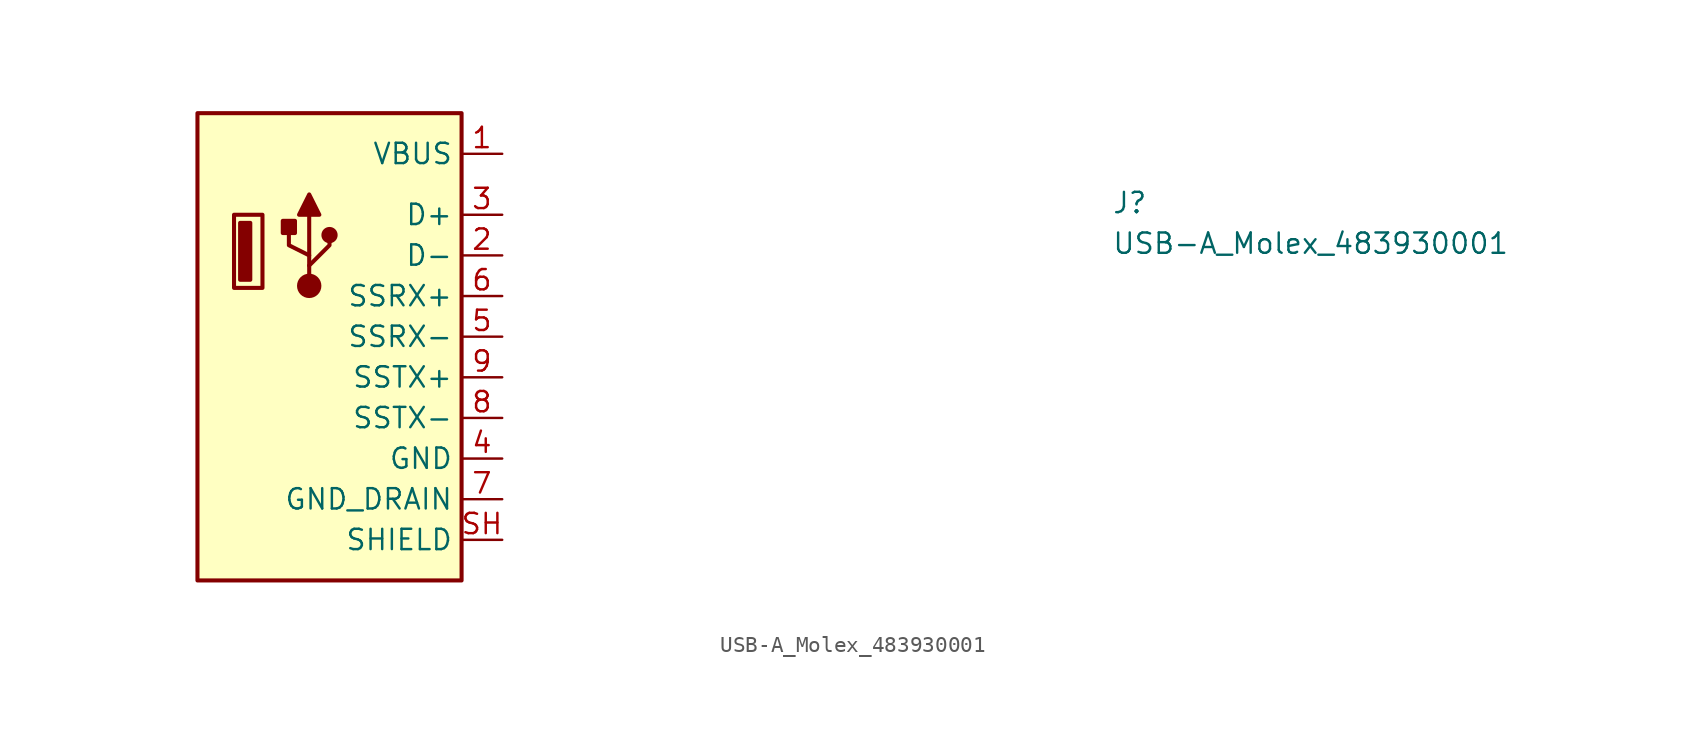
<source format=kicad_sym>
(kicad_symbol_lib
  (version 20220914)
  (generator kicad_symbol_editor)
  (symbol "USB-A_Molex_483930001"
    (property "Reference" "J"
      (at 38.1 -3.81 0)
      (effects (font (size 1.27 1.27) (thickness 0.15)) (justify left bottom)))
    (property "Value" "USB-A_Molex_483930001"
      (at 38.1 -6.35 0)
      (effects (font (size 1.27 1.27) (thickness 0.15)) (justify left bottom)))
    (symbol "USB-A_Molex_483930001_1_1"
      (rectangle (start -19.05 -26.67) (end -2.54 2.54) (stroke (width 0.254) (type default)) (fill (type background)))
      (rectangle (start -16.764 -8.382) (end -14.986 -3.81) (stroke (width 0.254) (type default)) (fill (type background)))
      (rectangle (start -16.383 -7.874) (end -15.748 -4.318) (stroke (width 0.254) (type default)) (fill (type outline)))
      (rectangle (start -13.716 -4.953) (end -12.954 -4.191) (stroke (width 0.254) (type default)) (fill (type outline)))
      (circle (center -12.065 -8.255) (radius 0.635) (stroke (width 0.254) (type default)) (fill (type outline)))
      (circle (center -10.795 -5.08) (radius 0.381) (stroke (width 0.254) (type default)) (fill (type outline)))
      (polyline (pts (xy -12.065 -6.35) (xy -12.065 -3.81)) (stroke (width 0.254) (type default)) (fill (type background)))
      (polyline (pts (xy -12.065 -7.62) (xy -12.065 -6.985) (xy -10.795 -5.715) (xy -10.795 -5.08)) (stroke (width 0.254) (type default)) (fill (type background)))
      (polyline (pts (xy -12.065 -6.985) (xy -12.065 -6.35) (xy -13.335 -5.715) (xy -13.335 -4.445)) (stroke (width 0.254) (type default)) (fill (type background)))
      (polyline (pts (xy -11.43 -3.81) (xy -12.7 -3.81) (xy -12.065 -2.54) (xy -11.43 -3.81)) (stroke (width 0.254) (type default)) (fill (type outline)))
      (pin passive line (at 0 0 180) (length 2.54) (name "VBUS" (effects (font (size 1.27 1.27)))) (number "1" (effects (font (size 1.27 1.27)))))
      (pin bidirectional line (at 0 -6.35 180) (length 2.54) (name "D-" (effects (font (size 1.27 1.27)))) (number "2" (effects (font (size 1.27 1.27)))))
      (pin bidirectional line (at 0 -3.81 180) (length 2.54) (name "D+" (effects (font (size 1.27 1.27)))) (number "3" (effects (font (size 1.27 1.27)))))
      (pin power_in line (at 0 -19.05 180) (length 2.54) (name "GND" (effects (font (size 1.27 1.27)))) (number "4" (effects (font (size 1.27 1.27)))))
      (pin bidirectional line (at 0 -11.43 180) (length 2.54) (name "SSRX-" (effects (font (size 1.27 1.27)))) (number "5" (effects (font (size 1.27 1.27)))))
      (pin bidirectional line (at 0 -8.89 180) (length 2.54) (name "SSRX+" (effects (font (size 1.27 1.27)))) (number "6" (effects (font (size 1.27 1.27)))))
      (pin power_in line (at 0 -21.59 180) (length 2.54) (name "GND_DRAIN" (effects (font (size 1.27 1.27)))) (number "7" (effects (font (size 1.27 1.27)))))
      (pin bidirectional line (at 0 -16.51 180) (length 2.54) (name "SSTX-" (effects (font (size 1.27 1.27)))) (number "8" (effects (font (size 1.27 1.27)))))
      (pin bidirectional line (at 0 -13.97 180) (length 2.54) (name "SSTX+" (effects (font (size 1.27 1.27)))) (number "9" (effects (font (size 1.27 1.27)))))
      (pin passive line (at 0 -24.13 180) (length 2.54) (name "SHIELD" (effects (font (size 1.27 1.27)))) (number "SH" (effects (font (size 1.27 1.27))))))))
</source>
